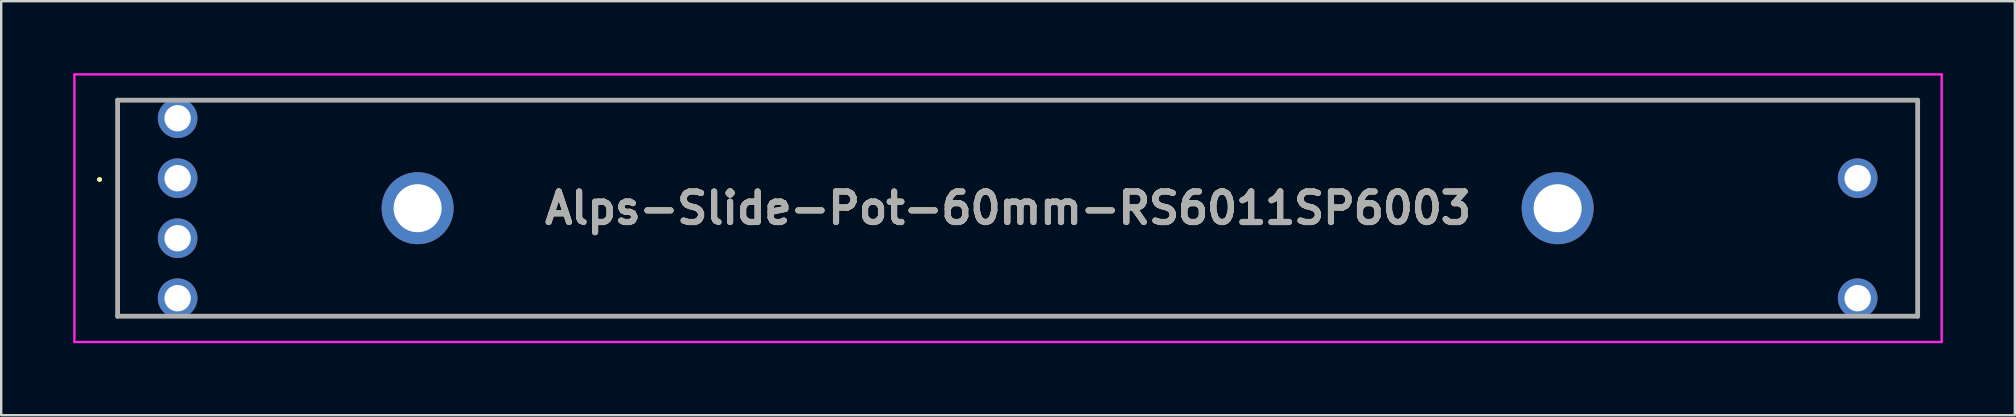
<source format=kicad_pcb>
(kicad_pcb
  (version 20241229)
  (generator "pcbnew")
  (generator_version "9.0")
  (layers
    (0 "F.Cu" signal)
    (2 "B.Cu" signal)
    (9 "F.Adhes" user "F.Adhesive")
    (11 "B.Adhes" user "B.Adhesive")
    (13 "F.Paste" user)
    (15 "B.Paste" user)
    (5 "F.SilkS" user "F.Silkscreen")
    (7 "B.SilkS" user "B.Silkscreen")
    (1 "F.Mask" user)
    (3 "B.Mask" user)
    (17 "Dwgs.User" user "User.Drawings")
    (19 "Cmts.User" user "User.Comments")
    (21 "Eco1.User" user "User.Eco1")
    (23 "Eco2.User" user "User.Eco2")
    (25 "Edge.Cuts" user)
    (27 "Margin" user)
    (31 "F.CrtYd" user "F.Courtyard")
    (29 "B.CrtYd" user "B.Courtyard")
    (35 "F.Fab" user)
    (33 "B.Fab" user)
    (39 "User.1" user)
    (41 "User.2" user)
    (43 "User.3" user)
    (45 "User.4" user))
  (footprint "Alps-Slide-Pot-60mm-RS6011SP6003"
    (layer "F.Cu")
    (at 4.35 4.375)
    (property "Reference" "Alps-Slide-Pot-60mm-RS6011SP6003" (at 34.6 1.25 0) (layer "F.SilkS") (effects (font (size 1.27 1.27) (thickness 0.254))))
    (attr through_hole)
    (fp_line (start -3.3 0.05) (end -3.3 0.05) (stroke (width 0.1) (type solid)) (layer "F.SilkS"))
    (fp_line (start -3.3 0.05) (end -3.3 0.05) (stroke (width 0.1) (type solid)) (layer "F.SilkS"))
    (fp_line (start -3.2 0.05) (end -3.2 0.05) (stroke (width 0.1) (type solid)) (layer "F.SilkS"))
    (fp_line (start -2.5 -3.25) (end -2.5 -3.25) (stroke (width 0.1) (type solid)) (layer "F.SilkS"))
    (fp_line (start -2.5 -3.25) (end -2.5 -3.25) (stroke (width 0.1) (type solid)) (layer "F.SilkS"))
    (fp_line (start -2.5 -3.25) (end -2.5 5.75) (stroke (width 0.1) (type solid)) (layer "F.SilkS"))
    (fp_line (start -2.5 -3.25) (end -1.5 -3.25) (stroke (width 0.1) (type solid)) (layer "F.SilkS"))
    (fp_line (start -2.5 5.75) (end -2.5 -3.25) (stroke (width 0.1) (type solid)) (layer "F.SilkS"))
    (fp_line (start -2.5 5.75) (end -2.5 5.75) (stroke (width 0.1) (type solid)) (layer "F.SilkS"))
    (fp_line (start -2.5 5.75) (end -2.5 5.75) (stroke (width 0.1) (type solid)) (layer "F.SilkS"))
    (fp_line (start -2.5 5.75) (end -1.5 5.75) (stroke (width 0.1) (type solid)) (layer "F.SilkS"))
    (fp_line (start -1.5 -3.25) (end -2.5 -3.25) (stroke (width 0.1) (type solid)) (layer "F.SilkS"))
    (fp_line (start -1.5 -3.25) (end -1.5 -3.25) (stroke (width 0.1) (type solid)) (layer "F.SilkS"))
    (fp_line (start -1.5 5.75) (end -2.5 5.75) (stroke (width 0.1) (type solid)) (layer "F.SilkS"))
    (fp_line (start -1.5 5.75) (end -1.5 5.75) (stroke (width 0.1) (type solid)) (layer "F.SilkS"))
    (fp_line (start 1.5 -3.25) (end 1.5 -3.25) (stroke (width 0.1) (type solid)) (layer "F.SilkS"))
    (fp_line (start 1.5 -3.25) (end 72.5 -3.25) (stroke (width 0.1) (type solid)) (layer "F.SilkS"))
    (fp_line (start 1.5 5.75) (end 1.5 5.75) (stroke (width 0.1) (type solid)) (layer "F.SilkS"))
    (fp_line (start 1.5 5.75) (end 68.5 5.75) (stroke (width 0.1) (type solid)) (layer "F.SilkS"))
    (fp_line (start 68.5 5.75) (end 1.5 5.75) (stroke (width 0.1) (type solid)) (layer "F.SilkS"))
    (fp_line (start 68.5 5.75) (end 68.5 5.75) (stroke (width 0.1) (type solid)) (layer "F.SilkS"))
    (fp_line (start 71.5 5.75) (end 71.5 5.75) (stroke (width 0.1) (type solid)) (layer "F.SilkS"))
    (fp_line (start 71.5 5.75) (end 72.5 5.75) (stroke (width 0.1) (type solid)) (layer "F.SilkS"))
    (fp_line (start 72.5 -3.25) (end 1.5 -3.25) (stroke (width 0.1) (type solid)) (layer "F.SilkS"))
    (fp_line (start 72.5 -3.25) (end 72.5 -3.25) (stroke (width 0.1) (type solid)) (layer "F.SilkS"))
    (fp_line (start 72.5 -3.25) (end 72.5 -3.25) (stroke (width 0.1) (type solid)) (layer "F.SilkS"))
    (fp_line (start 72.5 -3.25) (end 72.5 5.75) (stroke (width 0.1) (type solid)) (layer "F.SilkS"))
    (fp_line (start 72.5 5.75) (end 71.5 5.75) (stroke (width 0.1) (type solid)) (layer "F.SilkS"))
    (fp_line (start 72.5 5.75) (end 72.5 -3.25) (stroke (width 0.1) (type solid)) (layer "F.SilkS"))
    (fp_line (start 72.5 5.75) (end 72.5 5.75) (stroke (width 0.1) (type solid)) (layer "F.SilkS"))
    (fp_line (start 72.5 5.75) (end 72.5 5.75) (stroke (width 0.1) (type solid)) (layer "F.SilkS"))
    (fp_arc (start -3.3 0.05) (mid -3.25 0) (end -3.2 0.05) (stroke (width 0.1) (type solid)) (layer "F.SilkS"))
    (fp_arc (start -3.2 0.05) (mid -3.25 0.1) (end -3.3 0.05) (stroke (width 0.1) (type solid)) (layer "F.SilkS"))
    (fp_arc (start -3.2 0.05) (mid -3.25 0.1) (end -3.3 0.05) (stroke (width 0.1) (type solid)) (layer "F.SilkS"))
    (fp_line (start -4.3 -4.325) (end 73.5 -4.325) (stroke (width 0.1) (type solid)) (layer "F.CrtYd"))
    (fp_line (start -4.3 6.825) (end -4.3 -4.325) (stroke (width 0.1) (type solid)) (layer "F.CrtYd"))
    (fp_line (start 73.5 -4.325) (end 73.5 6.825) (stroke (width 0.1) (type solid)) (layer "F.CrtYd"))
    (fp_line (start 73.5 6.825) (end -4.3 6.825) (stroke (width 0.1) (type solid)) (layer "F.CrtYd"))
    (fp_line (start -2.5 -3.25) (end -2.5 5.75) (stroke (width 0.2) (type solid)) (layer "F.Fab"))
    (fp_line (start -2.5 5.75) (end 72.5 5.75) (stroke (width 0.2) (type solid)) (layer "F.Fab"))
    (fp_line (start 72.5 -3.25) (end -2.5 -3.25) (stroke (width 0.2) (type solid)) (layer "F.Fab"))
    (fp_line (start 72.5 5.75) (end 72.5 -3.25) (stroke (width 0.2) (type solid)) (layer "F.Fab"))
    (fp_text user "${REFERENCE}" (at 34.6 1.25 0) (layer "F.Fab") (effects (font (size 1.27 1.27) (thickness 0.254))))
    (pad "1" thru_hole circle (at 0 0) (size 1.65 1.65) (drill 1.1) (layers "*.Cu" "*.Mask"))
    (pad "2" thru_hole circle (at 0 -2.5) (size 1.65 1.65) (drill 1.1) (layers "*.Cu" "*.Mask"))
    (pad "3" thru_hole circle (at 70 0) (size 1.65 1.65) (drill 1.1) (layers "*.Cu" "*.Mask"))
    (pad "L1" thru_hole circle (at 0 5) (size 1.65 1.65) (drill 1.1) (layers "*.Cu" "*.Mask"))
    (pad "L2" thru_hole circle (at 0 2.5) (size 1.65 1.65) (drill 1.1) (layers "*.Cu" "*.Mask"))
    (pad "L3" thru_hole circle (at 70 5) (size 1.65 1.65) (drill 1.1) (layers "*.Cu" "*.Mask"))
    (pad "MH1" thru_hole circle (at 10 1.25) (size 3 3) (drill 2) (layers "*.Cu" "*.Mask"))
    (pad "MH2" thru_hole circle (at 57.5 1.25) (size 3 3) (drill 2) (layers "*.Cu" "*.Mask")))
  (gr_rect
    (start -3 -3)
    (end 80.9 14.25)
    (stroke (width 0.1) (type default))
    (fill no)
    (layer "Edge.Cuts")))
</source>
